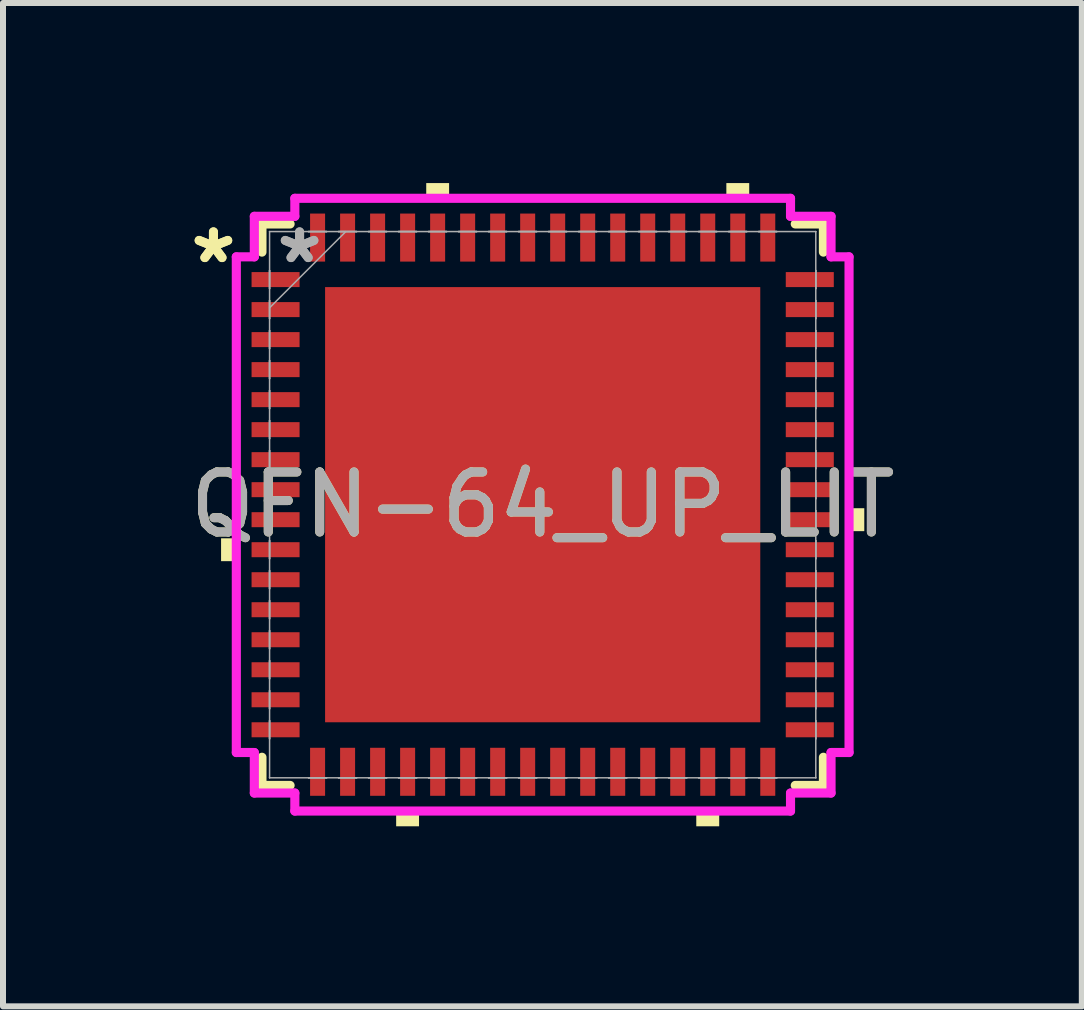
<source format=kicad_pcb>
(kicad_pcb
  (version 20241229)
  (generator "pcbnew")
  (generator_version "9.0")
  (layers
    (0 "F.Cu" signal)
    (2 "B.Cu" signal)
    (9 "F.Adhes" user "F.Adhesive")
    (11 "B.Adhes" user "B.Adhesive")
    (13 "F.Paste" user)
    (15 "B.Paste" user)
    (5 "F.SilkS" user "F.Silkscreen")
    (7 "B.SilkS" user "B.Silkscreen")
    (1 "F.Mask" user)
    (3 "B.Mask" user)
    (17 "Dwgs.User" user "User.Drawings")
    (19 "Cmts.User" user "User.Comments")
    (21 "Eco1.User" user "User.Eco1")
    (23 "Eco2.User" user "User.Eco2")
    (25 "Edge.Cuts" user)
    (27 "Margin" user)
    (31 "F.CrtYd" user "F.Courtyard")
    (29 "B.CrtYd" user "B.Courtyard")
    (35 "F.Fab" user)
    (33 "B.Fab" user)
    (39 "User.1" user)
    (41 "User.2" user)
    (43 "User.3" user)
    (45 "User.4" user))
  (footprint "QFN-64_UP_LIT"
    (layer "F.Cu")
    (at 5.991 5.358)
    (property "Reference" "QFN-64_UP_LIT" (at 0 0 0) (unlocked yes) (layer "F.SilkS") (effects (font (size 1 1) (thickness 0.15))))
    (attr smd)
    (fp_line (start -4.677 -4.677) (end -4.677 -4.208) (stroke (width 0.152) (type solid)) (layer "F.SilkS"))
    (fp_line (start -4.677 4.208) (end -4.677 4.677) (stroke (width 0.152) (type solid)) (layer "F.SilkS"))
    (fp_line (start -4.677 4.677) (end -4.208 4.677) (stroke (width 0.152) (type solid)) (layer "F.SilkS"))
    (fp_line (start -4.208 -4.677) (end -4.677 -4.677) (stroke (width 0.152) (type solid)) (layer "F.SilkS"))
    (fp_line (start 4.208 4.677) (end 4.677 4.677) (stroke (width 0.152) (type solid)) (layer "F.SilkS"))
    (fp_line (start 4.677 -4.677) (end 4.208 -4.677) (stroke (width 0.152) (type solid)) (layer "F.SilkS"))
    (fp_line (start 4.677 -4.208) (end 4.677 -4.677) (stroke (width 0.152) (type solid)) (layer "F.SilkS"))
    (fp_line (start 4.677 4.677) (end 4.677 4.208) (stroke (width 0.152) (type solid)) (layer "F.SilkS"))
    (fp_poly (pts (xy -5.358 0.56) (xy -5.358 0.941) (xy -5.104 0.941) (xy -5.104 0.56)) (stroke (width 0) (type solid)) (fill yes) (layer "F.SilkS"))
    (fp_poly (pts (xy -2.441 5.104) (xy -2.441 5.358) (xy -2.06 5.358) (xy -2.06 5.104)) (stroke (width 0) (type solid)) (fill yes) (layer "F.SilkS"))
    (fp_poly (pts (xy -1.94 -5.104) (xy -1.94 -5.358) (xy -1.559 -5.358) (xy -1.559 -5.104)) (stroke (width 0) (type solid)) (fill yes) (layer "F.SilkS"))
    (fp_poly (pts (xy 2.559 5.104) (xy 2.559 5.358) (xy 2.941 5.358) (xy 2.941 5.104)) (stroke (width 0) (type solid)) (fill yes) (layer "F.SilkS"))
    (fp_poly (pts (xy 3.06 -5.104) (xy 3.06 -5.358) (xy 3.441 -5.358) (xy 3.441 -5.104)) (stroke (width 0) (type solid)) (fill yes) (layer "F.SilkS"))
    (fp_poly (pts (xy 5.358 0.059) (xy 5.358 0.441) (xy 5.104 0.441) (xy 5.104 0.059)) (stroke (width 0) (type solid)) (fill yes) (layer "F.SilkS"))
    (fp_poly (pts (xy -3.525 -3.525) (xy -3.525 -2.275) (xy -2.275 -2.275) (xy -2.275 -3.525)) (stroke (width 0) (type solid)) (fill yes) (layer "F.Paste"))
    (fp_poly (pts (xy -3.525 -2.075) (xy -3.525 -0.825) (xy -2.275 -0.825) (xy -2.275 -2.075)) (stroke (width 0) (type solid)) (fill yes) (layer "F.Paste"))
    (fp_poly (pts (xy -3.525 -0.625) (xy -3.525 0.625) (xy -2.275 0.625) (xy -2.275 -0.625)) (stroke (width 0) (type solid)) (fill yes) (layer "F.Paste"))
    (fp_poly (pts (xy -3.525 0.825) (xy -3.525 2.075) (xy -2.275 2.075) (xy -2.275 0.825)) (stroke (width 0) (type solid)) (fill yes) (layer "F.Paste"))
    (fp_poly (pts (xy -3.525 2.275) (xy -3.525 3.525) (xy -2.275 3.525) (xy -2.275 2.275)) (stroke (width 0) (type solid)) (fill yes) (layer "F.Paste"))
    (fp_poly (pts (xy -2.075 -3.525) (xy -2.075 -2.275) (xy -0.825 -2.275) (xy -0.825 -3.525)) (stroke (width 0) (type solid)) (fill yes) (layer "F.Paste"))
    (fp_poly (pts (xy -2.075 -2.075) (xy -2.075 -0.825) (xy -0.825 -0.825) (xy -0.825 -2.075)) (stroke (width 0) (type solid)) (fill yes) (layer "F.Paste"))
    (fp_poly (pts (xy -2.075 -0.625) (xy -2.075 0.625) (xy -0.825 0.625) (xy -0.825 -0.625)) (stroke (width 0) (type solid)) (fill yes) (layer "F.Paste"))
    (fp_poly (pts (xy -2.075 0.825) (xy -2.075 2.075) (xy -0.825 2.075) (xy -0.825 0.825)) (stroke (width 0) (type solid)) (fill yes) (layer "F.Paste"))
    (fp_poly (pts (xy -2.075 2.275) (xy -2.075 3.525) (xy -0.825 3.525) (xy -0.825 2.275)) (stroke (width 0) (type solid)) (fill yes) (layer "F.Paste"))
    (fp_poly (pts (xy -0.625 -3.525) (xy -0.625 -2.275) (xy 0.625 -2.275) (xy 0.625 -3.525)) (stroke (width 0) (type solid)) (fill yes) (layer "F.Paste"))
    (fp_poly (pts (xy -0.625 -2.075) (xy -0.625 -0.825) (xy 0.625 -0.825) (xy 0.625 -2.075)) (stroke (width 0) (type solid)) (fill yes) (layer "F.Paste"))
    (fp_poly (pts (xy -0.625 -0.625) (xy -0.625 0.625) (xy 0.625 0.625) (xy 0.625 -0.625)) (stroke (width 0) (type solid)) (fill yes) (layer "F.Paste"))
    (fp_poly (pts (xy -0.625 0.825) (xy -0.625 2.075) (xy 0.625 2.075) (xy 0.625 0.825)) (stroke (width 0) (type solid)) (fill yes) (layer "F.Paste"))
    (fp_poly (pts (xy -0.625 2.275) (xy -0.625 3.525) (xy 0.625 3.525) (xy 0.625 2.275)) (stroke (width 0) (type solid)) (fill yes) (layer "F.Paste"))
    (fp_poly (pts (xy 0.825 -3.525) (xy 0.825 -2.275) (xy 2.075 -2.275) (xy 2.075 -3.525)) (stroke (width 0) (type solid)) (fill yes) (layer "F.Paste"))
    (fp_poly (pts (xy 0.825 -2.075) (xy 0.825 -0.825) (xy 2.075 -0.825) (xy 2.075 -2.075)) (stroke (width 0) (type solid)) (fill yes) (layer "F.Paste"))
    (fp_poly (pts (xy 0.825 -0.625) (xy 0.825 0.625) (xy 2.075 0.625) (xy 2.075 -0.625)) (stroke (width 0) (type solid)) (fill yes) (layer "F.Paste"))
    (fp_poly (pts (xy 0.825 0.825) (xy 0.825 2.075) (xy 2.075 2.075) (xy 2.075 0.825)) (stroke (width 0) (type solid)) (fill yes) (layer "F.Paste"))
    (fp_poly (pts (xy 0.825 2.275) (xy 0.825 3.525) (xy 2.075 3.525) (xy 2.075 2.275)) (stroke (width 0) (type solid)) (fill yes) (layer "F.Paste"))
    (fp_poly (pts (xy 2.275 -3.525) (xy 2.275 -2.275) (xy 3.525 -2.275) (xy 3.525 -3.525)) (stroke (width 0) (type solid)) (fill yes) (layer "F.Paste"))
    (fp_poly (pts (xy 2.275 -2.075) (xy 2.275 -0.825) (xy 3.525 -0.825) (xy 3.525 -2.075)) (stroke (width 0) (type solid)) (fill yes) (layer "F.Paste"))
    (fp_poly (pts (xy 2.275 -0.625) (xy 2.275 0.625) (xy 3.525 0.625) (xy 3.525 -0.625)) (stroke (width 0) (type solid)) (fill yes) (layer "F.Paste"))
    (fp_poly (pts (xy 2.275 0.825) (xy 2.275 2.075) (xy 3.525 2.075) (xy 3.525 0.825)) (stroke (width 0) (type solid)) (fill yes) (layer "F.Paste"))
    (fp_poly (pts (xy 2.275 2.275) (xy 2.275 3.525) (xy 3.525 3.525) (xy 3.525 2.275)) (stroke (width 0) (type solid)) (fill yes) (layer "F.Paste"))
    (fp_line (start -5.104 -4.129) (end -4.804 -4.129) (stroke (width 0.152) (type solid)) (layer "F.CrtYd"))
    (fp_line (start -5.104 4.129) (end -5.104 -4.129) (stroke (width 0.152) (type solid)) (layer "F.CrtYd"))
    (fp_line (start -4.804 -4.804) (end -4.129 -4.804) (stroke (width 0.152) (type solid)) (layer "F.CrtYd"))
    (fp_line (start -4.804 -4.129) (end -4.804 -4.804) (stroke (width 0.152) (type solid)) (layer "F.CrtYd"))
    (fp_line (start -4.804 4.129) (end -5.104 4.129) (stroke (width 0.152) (type solid)) (layer "F.CrtYd"))
    (fp_line (start -4.804 4.804) (end -4.804 4.129) (stroke (width 0.152) (type solid)) (layer "F.CrtYd"))
    (fp_line (start -4.129 -5.104) (end 4.129 -5.104) (stroke (width 0.152) (type solid)) (layer "F.CrtYd"))
    (fp_line (start -4.129 -4.804) (end -4.129 -5.104) (stroke (width 0.152) (type solid)) (layer "F.CrtYd"))
    (fp_line (start -4.129 4.804) (end -4.804 4.804) (stroke (width 0.152) (type solid)) (layer "F.CrtYd"))
    (fp_line (start -4.129 5.104) (end -4.129 4.804) (stroke (width 0.152) (type solid)) (layer "F.CrtYd"))
    (fp_line (start 4.129 -5.104) (end 4.129 -4.804) (stroke (width 0.152) (type solid)) (layer "F.CrtYd"))
    (fp_line (start 4.129 -4.804) (end 4.804 -4.804) (stroke (width 0.152) (type solid)) (layer "F.CrtYd"))
    (fp_line (start 4.129 4.804) (end 4.129 5.104) (stroke (width 0.152) (type solid)) (layer "F.CrtYd"))
    (fp_line (start 4.129 5.104) (end -4.129 5.104) (stroke (width 0.152) (type solid)) (layer "F.CrtYd"))
    (fp_line (start 4.804 -4.804) (end 4.804 -4.129) (stroke (width 0.152) (type solid)) (layer "F.CrtYd"))
    (fp_line (start 4.804 -4.129) (end 5.104 -4.129) (stroke (width 0.152) (type solid)) (layer "F.CrtYd"))
    (fp_line (start 4.804 4.129) (end 4.804 4.804) (stroke (width 0.152) (type solid)) (layer "F.CrtYd"))
    (fp_line (start 4.804 4.804) (end 4.129 4.804) (stroke (width 0.152) (type solid)) (layer "F.CrtYd"))
    (fp_line (start 5.104 -4.129) (end 5.104 4.129) (stroke (width 0.152) (type solid)) (layer "F.CrtYd"))
    (fp_line (start 5.104 4.129) (end 4.804 4.129) (stroke (width 0.152) (type solid)) (layer "F.CrtYd"))
    (fp_line (start -4.55 -4.55) (end -4.55 -4.55) (stroke (width 0.025) (type solid)) (layer "F.Fab"))
    (fp_line (start -4.55 -4.55) (end -4.55 4.55) (stroke (width 0.025) (type solid)) (layer "F.Fab"))
    (fp_line (start -4.55 -3.9) (end -4.55 -3.9) (stroke (width 0.025) (type solid)) (layer "F.Fab"))
    (fp_line (start -4.55 -3.9) (end -4.55 -3.6) (stroke (width 0.025) (type solid)) (layer "F.Fab"))
    (fp_line (start -4.55 -3.6) (end -4.55 -3.9) (stroke (width 0.025) (type solid)) (layer "F.Fab"))
    (fp_line (start -4.55 -3.6) (end -4.55 -3.6) (stroke (width 0.025) (type solid)) (layer "F.Fab"))
    (fp_line (start -4.55 -3.4) (end -4.55 -3.4) (stroke (width 0.025) (type solid)) (layer "F.Fab"))
    (fp_line (start -4.55 -3.4) (end -4.55 -3.1) (stroke (width 0.025) (type solid)) (layer "F.Fab"))
    (fp_line (start -4.55 -3.28) (end -3.28 -4.55) (stroke (width 0.025) (type solid)) (layer "F.Fab"))
    (fp_line (start -4.55 -3.1) (end -4.55 -3.4) (stroke (width 0.025) (type solid)) (layer "F.Fab"))
    (fp_line (start -4.55 -3.1) (end -4.55 -3.1) (stroke (width 0.025) (type solid)) (layer "F.Fab"))
    (fp_line (start -4.55 -2.9) (end -4.55 -2.9) (stroke (width 0.025) (type solid)) (layer "F.Fab"))
    (fp_line (start -4.55 -2.9) (end -4.55 -2.6) (stroke (width 0.025) (type solid)) (layer "F.Fab"))
    (fp_line (start -4.55 -2.6) (end -4.55 -2.9) (stroke (width 0.025) (type solid)) (layer "F.Fab"))
    (fp_line (start -4.55 -2.6) (end -4.55 -2.6) (stroke (width 0.025) (type solid)) (layer "F.Fab"))
    (fp_line (start -4.55 -2.4) (end -4.55 -2.4) (stroke (width 0.025) (type solid)) (layer "F.Fab"))
    (fp_line (start -4.55 -2.4) (end -4.55 -2.1) (stroke (width 0.025) (type solid)) (layer "F.Fab"))
    (fp_line (start -4.55 -2.1) (end -4.55 -2.4) (stroke (width 0.025) (type solid)) (layer "F.Fab"))
    (fp_line (start -4.55 -2.1) (end -4.55 -2.1) (stroke (width 0.025) (type solid)) (layer "F.Fab"))
    (fp_line (start -4.55 -1.9) (end -4.55 -1.9) (stroke (width 0.025) (type solid)) (layer "F.Fab"))
    (fp_line (start -4.55 -1.9) (end -4.55 -1.6) (stroke (width 0.025) (type solid)) (layer "F.Fab"))
    (fp_line (start -4.55 -1.6) (end -4.55 -1.9) (stroke (width 0.025) (type solid)) (layer "F.Fab"))
    (fp_line (start -4.55 -1.6) (end -4.55 -1.6) (stroke (width 0.025) (type solid)) (layer "F.Fab"))
    (fp_line (start -4.55 -1.4) (end -4.55 -1.4) (stroke (width 0.025) (type solid)) (layer "F.Fab"))
    (fp_line (start -4.55 -1.4) (end -4.55 -1.1) (stroke (width 0.025) (type solid)) (layer "F.Fab"))
    (fp_line (start -4.55 -1.1) (end -4.55 -1.4) (stroke (width 0.025) (type solid)) (layer "F.Fab"))
    (fp_line (start -4.55 -1.1) (end -4.55 -1.1) (stroke (width 0.025) (type solid)) (layer "F.Fab"))
    (fp_line (start -4.55 -0.9) (end -4.55 -0.9) (stroke (width 0.025) (type solid)) (layer "F.Fab"))
    (fp_line (start -4.55 -0.9) (end -4.55 -0.6) (stroke (width 0.025) (type solid)) (layer "F.Fab"))
    (fp_line (start -4.55 -0.6) (end -4.55 -0.9) (stroke (width 0.025) (type solid)) (layer "F.Fab"))
    (fp_line (start -4.55 -0.6) (end -4.55 -0.6) (stroke (width 0.025) (type solid)) (layer "F.Fab"))
    (fp_line (start -4.55 -0.4) (end -4.55 -0.4) (stroke (width 0.025) (type solid)) (layer "F.Fab"))
    (fp_line (start -4.55 -0.4) (end -4.55 -0.1) (stroke (width 0.025) (type solid)) (layer "F.Fab"))
    (fp_line (start -4.55 -0.1) (end -4.55 -0.4) (stroke (width 0.025) (type solid)) (layer "F.Fab"))
    (fp_line (start -4.55 -0.1) (end -4.55 -0.1) (stroke (width 0.025) (type solid)) (layer "F.Fab"))
    (fp_line (start -4.55 0.1) (end -4.55 0.1) (stroke (width 0.025) (type solid)) (layer "F.Fab"))
    (fp_line (start -4.55 0.1) (end -4.55 0.4) (stroke (width 0.025) (type solid)) (layer "F.Fab"))
    (fp_line (start -4.55 0.4) (end -4.55 0.1) (stroke (width 0.025) (type solid)) (layer "F.Fab"))
    (fp_line (start -4.55 0.4) (end -4.55 0.4) (stroke (width 0.025) (type solid)) (layer "F.Fab"))
    (fp_line (start -4.55 0.6) (end -4.55 0.6) (stroke (width 0.025) (type solid)) (layer "F.Fab"))
    (fp_line (start -4.55 0.6) (end -4.55 0.9) (stroke (width 0.025) (type solid)) (layer "F.Fab"))
    (fp_line (start -4.55 0.9) (end -4.55 0.6) (stroke (width 0.025) (type solid)) (layer "F.Fab"))
    (fp_line (start -4.55 0.9) (end -4.55 0.9) (stroke (width 0.025) (type solid)) (layer "F.Fab"))
    (fp_line (start -4.55 1.1) (end -4.55 1.1) (stroke (width 0.025) (type solid)) (layer "F.Fab"))
    (fp_line (start -4.55 1.1) (end -4.55 1.4) (stroke (width 0.025) (type solid)) (layer "F.Fab"))
    (fp_line (start -4.55 1.4) (end -4.55 1.1) (stroke (width 0.025) (type solid)) (layer "F.Fab"))
    (fp_line (start -4.55 1.4) (end -4.55 1.4) (stroke (width 0.025) (type solid)) (layer "F.Fab"))
    (fp_line (start -4.55 1.6) (end -4.55 1.6) (stroke (width 0.025) (type solid)) (layer "F.Fab"))
    (fp_line (start -4.55 1.6) (end -4.55 1.9) (stroke (width 0.025) (type solid)) (layer "F.Fab"))
    (fp_line (start -4.55 1.9) (end -4.55 1.6) (stroke (width 0.025) (type solid)) (layer "F.Fab"))
    (fp_line (start -4.55 1.9) (end -4.55 1.9) (stroke (width 0.025) (type solid)) (layer "F.Fab"))
    (fp_line (start -4.55 2.1) (end -4.55 2.1) (stroke (width 0.025) (type solid)) (layer "F.Fab"))
    (fp_line (start -4.55 2.1) (end -4.55 2.4) (stroke (width 0.025) (type solid)) (layer "F.Fab"))
    (fp_line (start -4.55 2.4) (end -4.55 2.1) (stroke (width 0.025) (type solid)) (layer "F.Fab"))
    (fp_line (start -4.55 2.4) (end -4.55 2.4) (stroke (width 0.025) (type solid)) (layer "F.Fab"))
    (fp_line (start -4.55 2.6) (end -4.55 2.6) (stroke (width 0.025) (type solid)) (layer "F.Fab"))
    (fp_line (start -4.55 2.6) (end -4.55 2.9) (stroke (width 0.025) (type solid)) (layer "F.Fab"))
    (fp_line (start -4.55 2.9) (end -4.55 2.6) (stroke (width 0.025) (type solid)) (layer "F.Fab"))
    (fp_line (start -4.55 2.9) (end -4.55 2.9) (stroke (width 0.025) (type solid)) (layer "F.Fab"))
    (fp_line (start -4.55 3.1) (end -4.55 3.1) (stroke (width 0.025) (type solid)) (layer "F.Fab"))
    (fp_line (start -4.55 3.1) (end -4.55 3.4) (stroke (width 0.025) (type solid)) (layer "F.Fab"))
    (fp_line (start -4.55 3.4) (end -4.55 3.1) (stroke (width 0.025) (type solid)) (layer "F.Fab"))
    (fp_line (start -4.55 3.4) (end -4.55 3.4) (stroke (width 0.025) (type solid)) (layer "F.Fab"))
    (fp_line (start -4.55 3.6) (end -4.55 3.6) (stroke (width 0.025) (type solid)) (layer "F.Fab"))
    (fp_line (start -4.55 3.6) (end -4.55 3.9) (stroke (width 0.025) (type solid)) (layer "F.Fab"))
    (fp_line (start -4.55 3.9) (end -4.55 3.6) (stroke (width 0.025) (type solid)) (layer "F.Fab"))
    (fp_line (start -4.55 3.9) (end -4.55 3.9) (stroke (width 0.025) (type solid)) (layer "F.Fab"))
    (fp_line (start -4.55 4.55) (end -4.55 4.55) (stroke (width 0.025) (type solid)) (layer "F.Fab"))
    (fp_line (start -4.55 4.55) (end 4.55 4.55) (stroke (width 0.025) (type solid)) (layer "F.Fab"))
    (fp_line (start -3.9 -4.55) (end -3.9 -4.55) (stroke (width 0.025) (type solid)) (layer "F.Fab"))
    (fp_line (start -3.9 -4.55) (end -3.6 -4.55) (stroke (width 0.025) (type solid)) (layer "F.Fab"))
    (fp_line (start -3.9 4.55) (end -3.9 4.55) (stroke (width 0.025) (type solid)) (layer "F.Fab"))
    (fp_line (start -3.9 4.55) (end -3.6 4.55) (stroke (width 0.025) (type solid)) (layer "F.Fab"))
    (fp_line (start -3.6 -4.55) (end -3.9 -4.55) (stroke (width 0.025) (type solid)) (layer "F.Fab"))
    (fp_line (start -3.6 -4.55) (end -3.6 -4.55) (stroke (width 0.025) (type solid)) (layer "F.Fab"))
    (fp_line (start -3.6 4.55) (end -3.9 4.55) (stroke (width 0.025) (type solid)) (layer "F.Fab"))
    (fp_line (start -3.6 4.55) (end -3.6 4.55) (stroke (width 0.025) (type solid)) (layer "F.Fab"))
    (fp_line (start -3.4 -4.55) (end -3.4 -4.55) (stroke (width 0.025) (type solid)) (layer "F.Fab"))
    (fp_line (start -3.4 -4.55) (end -3.1 -4.55) (stroke (width 0.025) (type solid)) (layer "F.Fab"))
    (fp_line (start -3.4 4.55) (end -3.4 4.55) (stroke (width 0.025) (type solid)) (layer "F.Fab"))
    (fp_line (start -3.4 4.55) (end -3.1 4.55) (stroke (width 0.025) (type solid)) (layer "F.Fab"))
    (fp_line (start -3.1 -4.55) (end -3.4 -4.55) (stroke (width 0.025) (type solid)) (layer "F.Fab"))
    (fp_line (start -3.1 -4.55) (end -3.1 -4.55) (stroke (width 0.025) (type solid)) (layer "F.Fab"))
    (fp_line (start -3.1 4.55) (end -3.4 4.55) (stroke (width 0.025) (type solid)) (layer "F.Fab"))
    (fp_line (start -3.1 4.55) (end -3.1 4.55) (stroke (width 0.025) (type solid)) (layer "F.Fab"))
    (fp_line (start -2.9 -4.55) (end -2.9 -4.55) (stroke (width 0.025) (type solid)) (layer "F.Fab"))
    (fp_line (start -2.9 -4.55) (end -2.6 -4.55) (stroke (width 0.025) (type solid)) (layer "F.Fab"))
    (fp_line (start -2.9 4.55) (end -2.9 4.55) (stroke (width 0.025) (type solid)) (layer "F.Fab"))
    (fp_line (start -2.9 4.55) (end -2.6 4.55) (stroke (width 0.025) (type solid)) (layer "F.Fab"))
    (fp_line (start -2.6 -4.55) (end -2.9 -4.55) (stroke (width 0.025) (type solid)) (layer "F.Fab"))
    (fp_line (start -2.6 -4.55) (end -2.6 -4.55) (stroke (width 0.025) (type solid)) (layer "F.Fab"))
    (fp_line (start -2.6 4.55) (end -2.9 4.55) (stroke (width 0.025) (type solid)) (layer "F.Fab"))
    (fp_line (start -2.6 4.55) (end -2.6 4.55) (stroke (width 0.025) (type solid)) (layer "F.Fab"))
    (fp_line (start -2.4 -4.55) (end -2.4 -4.55) (stroke (width 0.025) (type solid)) (layer "F.Fab"))
    (fp_line (start -2.4 -4.55) (end -2.1 -4.55) (stroke (width 0.025) (type solid)) (layer "F.Fab"))
    (fp_line (start -2.4 4.55) (end -2.4 4.55) (stroke (width 0.025) (type solid)) (layer "F.Fab"))
    (fp_line (start -2.4 4.55) (end -2.1 4.55) (stroke (width 0.025) (type solid)) (layer "F.Fab"))
    (fp_line (start -2.1 -4.55) (end -2.4 -4.55) (stroke (width 0.025) (type solid)) (layer "F.Fab"))
    (fp_line (start -2.1 -4.55) (end -2.1 -4.55) (stroke (width 0.025) (type solid)) (layer "F.Fab"))
    (fp_line (start -2.1 4.55) (end -2.4 4.55) (stroke (width 0.025) (type solid)) (layer "F.Fab"))
    (fp_line (start -2.1 4.55) (end -2.1 4.55) (stroke (width 0.025) (type solid)) (layer "F.Fab"))
    (fp_line (start -1.9 -4.55) (end -1.9 -4.55) (stroke (width 0.025) (type solid)) (layer "F.Fab"))
    (fp_line (start -1.9 -4.55) (end -1.6 -4.55) (stroke (width 0.025) (type solid)) (layer "F.Fab"))
    (fp_line (start -1.9 4.55) (end -1.9 4.55) (stroke (width 0.025) (type solid)) (layer "F.Fab"))
    (fp_line (start -1.9 4.55) (end -1.6 4.55) (stroke (width 0.025) (type solid)) (layer "F.Fab"))
    (fp_line (start -1.6 -4.55) (end -1.9 -4.55) (stroke (width 0.025) (type solid)) (layer "F.Fab"))
    (fp_line (start -1.6 -4.55) (end -1.6 -4.55) (stroke (width 0.025) (type solid)) (layer "F.Fab"))
    (fp_line (start -1.6 4.55) (end -1.9 4.55) (stroke (width 0.025) (type solid)) (layer "F.Fab"))
    (fp_line (start -1.6 4.55) (end -1.6 4.55) (stroke (width 0.025) (type solid)) (layer "F.Fab"))
    (fp_line (start -1.4 -4.55) (end -1.4 -4.55) (stroke (width 0.025) (type solid)) (layer "F.Fab"))
    (fp_line (start -1.4 -4.55) (end -1.1 -4.55) (stroke (width 0.025) (type solid)) (layer "F.Fab"))
    (fp_line (start -1.4 4.55) (end -1.4 4.55) (stroke (width 0.025) (type solid)) (layer "F.Fab"))
    (fp_line (start -1.4 4.55) (end -1.1 4.55) (stroke (width 0.025) (type solid)) (layer "F.Fab"))
    (fp_line (start -1.1 -4.55) (end -1.4 -4.55) (stroke (width 0.025) (type solid)) (layer "F.Fab"))
    (fp_line (start -1.1 -4.55) (end -1.1 -4.55) (stroke (width 0.025) (type solid)) (layer "F.Fab"))
    (fp_line (start -1.1 4.55) (end -1.4 4.55) (stroke (width 0.025) (type solid)) (layer "F.Fab"))
    (fp_line (start -1.1 4.55) (end -1.1 4.55) (stroke (width 0.025) (type solid)) (layer "F.Fab"))
    (fp_line (start -0.9 -4.55) (end -0.9 -4.55) (stroke (width 0.025) (type solid)) (layer "F.Fab"))
    (fp_line (start -0.9 -4.55) (end -0.6 -4.55) (stroke (width 0.025) (type solid)) (layer "F.Fab"))
    (fp_line (start -0.9 4.55) (end -0.9 4.55) (stroke (width 0.025) (type solid)) (layer "F.Fab"))
    (fp_line (start -0.9 4.55) (end -0.6 4.55) (stroke (width 0.025) (type solid)) (layer "F.Fab"))
    (fp_line (start -0.6 -4.55) (end -0.9 -4.55) (stroke (width 0.025) (type solid)) (layer "F.Fab"))
    (fp_line (start -0.6 -4.55) (end -0.6 -4.55) (stroke (width 0.025) (type solid)) (layer "F.Fab"))
    (fp_line (start -0.6 4.55) (end -0.9 4.55) (stroke (width 0.025) (type solid)) (layer "F.Fab"))
    (fp_line (start -0.6 4.55) (end -0.6 4.55) (stroke (width 0.025) (type solid)) (layer "F.Fab"))
    (fp_line (start -0.4 -4.55) (end -0.4 -4.55) (stroke (width 0.025) (type solid)) (layer "F.Fab"))
    (fp_line (start -0.4 -4.55) (end -0.1 -4.55) (stroke (width 0.025) (type solid)) (layer "F.Fab"))
    (fp_line (start -0.4 4.55) (end -0.4 4.55) (stroke (width 0.025) (type solid)) (layer "F.Fab"))
    (fp_line (start -0.4 4.55) (end -0.1 4.55) (stroke (width 0.025) (type solid)) (layer "F.Fab"))
    (fp_line (start -0.1 -4.55) (end -0.4 -4.55) (stroke (width 0.025) (type solid)) (layer "F.Fab"))
    (fp_line (start -0.1 -4.55) (end -0.1 -4.55) (stroke (width 0.025) (type solid)) (layer "F.Fab"))
    (fp_line (start -0.1 4.55) (end -0.4 4.55) (stroke (width 0.025) (type solid)) (layer "F.Fab"))
    (fp_line (start -0.1 4.55) (end -0.1 4.55) (stroke (width 0.025) (type solid)) (layer "F.Fab"))
    (fp_line (start 0.1 -4.55) (end 0.1 -4.55) (stroke (width 0.025) (type solid)) (layer "F.Fab"))
    (fp_line (start 0.1 -4.55) (end 0.4 -4.55) (stroke (width 0.025) (type solid)) (layer "F.Fab"))
    (fp_line (start 0.1 4.55) (end 0.1 4.55) (stroke (width 0.025) (type solid)) (layer "F.Fab"))
    (fp_line (start 0.1 4.55) (end 0.4 4.55) (stroke (width 0.025) (type solid)) (layer "F.Fab"))
    (fp_line (start 0.4 -4.55) (end 0.1 -4.55) (stroke (width 0.025) (type solid)) (layer "F.Fab"))
    (fp_line (start 0.4 -4.55) (end 0.4 -4.55) (stroke (width 0.025) (type solid)) (layer "F.Fab"))
    (fp_line (start 0.4 4.55) (end 0.1 4.55) (stroke (width 0.025) (type solid)) (layer "F.Fab"))
    (fp_line (start 0.4 4.55) (end 0.4 4.55) (stroke (width 0.025) (type solid)) (layer "F.Fab"))
    (fp_line (start 0.6 -4.55) (end 0.6 -4.55) (stroke (width 0.025) (type solid)) (layer "F.Fab"))
    (fp_line (start 0.6 -4.55) (end 0.9 -4.55) (stroke (width 0.025) (type solid)) (layer "F.Fab"))
    (fp_line (start 0.6 4.55) (end 0.6 4.55) (stroke (width 0.025) (type solid)) (layer "F.Fab"))
    (fp_line (start 0.6 4.55) (end 0.9 4.55) (stroke (width 0.025) (type solid)) (layer "F.Fab"))
    (fp_line (start 0.9 -4.55) (end 0.6 -4.55) (stroke (width 0.025) (type solid)) (layer "F.Fab"))
    (fp_line (start 0.9 -4.55) (end 0.9 -4.55) (stroke (width 0.025) (type solid)) (layer "F.Fab"))
    (fp_line (start 0.9 4.55) (end 0.6 4.55) (stroke (width 0.025) (type solid)) (layer "F.Fab"))
    (fp_line (start 0.9 4.55) (end 0.9 4.55) (stroke (width 0.025) (type solid)) (layer "F.Fab"))
    (fp_line (start 1.1 -4.55) (end 1.1 -4.55) (stroke (width 0.025) (type solid)) (layer "F.Fab"))
    (fp_line (start 1.1 -4.55) (end 1.4 -4.55) (stroke (width 0.025) (type solid)) (layer "F.Fab"))
    (fp_line (start 1.1 4.55) (end 1.1 4.55) (stroke (width 0.025) (type solid)) (layer "F.Fab"))
    (fp_line (start 1.1 4.55) (end 1.4 4.55) (stroke (width 0.025) (type solid)) (layer "F.Fab"))
    (fp_line (start 1.4 -4.55) (end 1.1 -4.55) (stroke (width 0.025) (type solid)) (layer "F.Fab"))
    (fp_line (start 1.4 -4.55) (end 1.4 -4.55) (stroke (width 0.025) (type solid)) (layer "F.Fab"))
    (fp_line (start 1.4 4.55) (end 1.1 4.55) (stroke (width 0.025) (type solid)) (layer "F.Fab"))
    (fp_line (start 1.4 4.55) (end 1.4 4.55) (stroke (width 0.025) (type solid)) (layer "F.Fab"))
    (fp_line (start 1.6 -4.55) (end 1.6 -4.55) (stroke (width 0.025) (type solid)) (layer "F.Fab"))
    (fp_line (start 1.6 -4.55) (end 1.9 -4.55) (stroke (width 0.025) (type solid)) (layer "F.Fab"))
    (fp_line (start 1.6 4.55) (end 1.6 4.55) (stroke (width 0.025) (type solid)) (layer "F.Fab"))
    (fp_line (start 1.6 4.55) (end 1.9 4.55) (stroke (width 0.025) (type solid)) (layer "F.Fab"))
    (fp_line (start 1.9 -4.55) (end 1.6 -4.55) (stroke (width 0.025) (type solid)) (layer "F.Fab"))
    (fp_line (start 1.9 -4.55) (end 1.9 -4.55) (stroke (width 0.025) (type solid)) (layer "F.Fab"))
    (fp_line (start 1.9 4.55) (end 1.6 4.55) (stroke (width 0.025) (type solid)) (layer "F.Fab"))
    (fp_line (start 1.9 4.55) (end 1.9 4.55) (stroke (width 0.025) (type solid)) (layer "F.Fab"))
    (fp_line (start 2.1 -4.55) (end 2.1 -4.55) (stroke (width 0.025) (type solid)) (layer "F.Fab"))
    (fp_line (start 2.1 -4.55) (end 2.4 -4.55) (stroke (width 0.025) (type solid)) (layer "F.Fab"))
    (fp_line (start 2.1 4.55) (end 2.1 4.55) (stroke (width 0.025) (type solid)) (layer "F.Fab"))
    (fp_line (start 2.1 4.55) (end 2.4 4.55) (stroke (width 0.025) (type solid)) (layer "F.Fab"))
    (fp_line (start 2.4 -4.55) (end 2.1 -4.55) (stroke (width 0.025) (type solid)) (layer "F.Fab"))
    (fp_line (start 2.4 -4.55) (end 2.4 -4.55) (stroke (width 0.025) (type solid)) (layer "F.Fab"))
    (fp_line (start 2.4 4.55) (end 2.1 4.55) (stroke (width 0.025) (type solid)) (layer "F.Fab"))
    (fp_line (start 2.4 4.55) (end 2.4 4.55) (stroke (width 0.025) (type solid)) (layer "F.Fab"))
    (fp_line (start 2.6 -4.55) (end 2.6 -4.55) (stroke (width 0.025) (type solid)) (layer "F.Fab"))
    (fp_line (start 2.6 -4.55) (end 2.9 -4.55) (stroke (width 0.025) (type solid)) (layer "F.Fab"))
    (fp_line (start 2.6 4.55) (end 2.6 4.55) (stroke (width 0.025) (type solid)) (layer "F.Fab"))
    (fp_line (start 2.6 4.55) (end 2.9 4.55) (stroke (width 0.025) (type solid)) (layer "F.Fab"))
    (fp_line (start 2.9 -4.55) (end 2.6 -4.55) (stroke (width 0.025) (type solid)) (layer "F.Fab"))
    (fp_line (start 2.9 -4.55) (end 2.9 -4.55) (stroke (width 0.025) (type solid)) (layer "F.Fab"))
    (fp_line (start 2.9 4.55) (end 2.6 4.55) (stroke (width 0.025) (type solid)) (layer "F.Fab"))
    (fp_line (start 2.9 4.55) (end 2.9 4.55) (stroke (width 0.025) (type solid)) (layer "F.Fab"))
    (fp_line (start 3.1 -4.55) (end 3.1 -4.55) (stroke (width 0.025) (type solid)) (layer "F.Fab"))
    (fp_line (start 3.1 -4.55) (end 3.4 -4.55) (stroke (width 0.025) (type solid)) (layer "F.Fab"))
    (fp_line (start 3.1 4.55) (end 3.1 4.55) (stroke (width 0.025) (type solid)) (layer "F.Fab"))
    (fp_line (start 3.1 4.55) (end 3.4 4.55) (stroke (width 0.025) (type solid)) (layer "F.Fab"))
    (fp_line (start 3.4 -4.55) (end 3.1 -4.55) (stroke (width 0.025) (type solid)) (layer "F.Fab"))
    (fp_line (start 3.4 -4.55) (end 3.4 -4.55) (stroke (width 0.025) (type solid)) (layer "F.Fab"))
    (fp_line (start 3.4 4.55) (end 3.1 4.55) (stroke (width 0.025) (type solid)) (layer "F.Fab"))
    (fp_line (start 3.4 4.55) (end 3.4 4.55) (stroke (width 0.025) (type solid)) (layer "F.Fab"))
    (fp_line (start 3.6 -4.55) (end 3.6 -4.55) (stroke (width 0.025) (type solid)) (layer "F.Fab"))
    (fp_line (start 3.6 -4.55) (end 3.9 -4.55) (stroke (width 0.025) (type solid)) (layer "F.Fab"))
    (fp_line (start 3.6 4.55) (end 3.6 4.55) (stroke (width 0.025) (type solid)) (layer "F.Fab"))
    (fp_line (start 3.6 4.55) (end 3.9 4.55) (stroke (width 0.025) (type solid)) (layer "F.Fab"))
    (fp_line (start 3.9 -4.55) (end 3.6 -4.55) (stroke (width 0.025) (type solid)) (layer "F.Fab"))
    (fp_line (start 3.9 -4.55) (end 3.9 -4.55) (stroke (width 0.025) (type solid)) (layer "F.Fab"))
    (fp_line (start 3.9 4.55) (end 3.6 4.55) (stroke (width 0.025) (type solid)) (layer "F.Fab"))
    (fp_line (start 3.9 4.55) (end 3.9 4.55) (stroke (width 0.025) (type solid)) (layer "F.Fab"))
    (fp_line (start 4.55 -4.55) (end -4.55 -4.55) (stroke (width 0.025) (type solid)) (layer "F.Fab"))
    (fp_line (start 4.55 -4.55) (end 4.55 -4.55) (stroke (width 0.025) (type solid)) (layer "F.Fab"))
    (fp_line (start 4.55 -3.9) (end 4.55 -3.9) (stroke (width 0.025) (type solid)) (layer "F.Fab"))
    (fp_line (start 4.55 -3.9) (end 4.55 -3.6) (stroke (width 0.025) (type solid)) (layer "F.Fab"))
    (fp_line (start 4.55 -3.6) (end 4.55 -3.9) (stroke (width 0.025) (type solid)) (layer "F.Fab"))
    (fp_line (start 4.55 -3.6) (end 4.55 -3.6) (stroke (width 0.025) (type solid)) (layer "F.Fab"))
    (fp_line (start 4.55 -3.4) (end 4.55 -3.4) (stroke (width 0.025) (type solid)) (layer "F.Fab"))
    (fp_line (start 4.55 -3.4) (end 4.55 -3.1) (stroke (width 0.025) (type solid)) (layer "F.Fab"))
    (fp_line (start 4.55 -3.1) (end 4.55 -3.4) (stroke (width 0.025) (type solid)) (layer "F.Fab"))
    (fp_line (start 4.55 -3.1) (end 4.55 -3.1) (stroke (width 0.025) (type solid)) (layer "F.Fab"))
    (fp_line (start 4.55 -2.9) (end 4.55 -2.9) (stroke (width 0.025) (type solid)) (layer "F.Fab"))
    (fp_line (start 4.55 -2.9) (end 4.55 -2.6) (stroke (width 0.025) (type solid)) (layer "F.Fab"))
    (fp_line (start 4.55 -2.6) (end 4.55 -2.9) (stroke (width 0.025) (type solid)) (layer "F.Fab"))
    (fp_line (start 4.55 -2.6) (end 4.55 -2.6) (stroke (width 0.025) (type solid)) (layer "F.Fab"))
    (fp_line (start 4.55 -2.4) (end 4.55 -2.4) (stroke (width 0.025) (type solid)) (layer "F.Fab"))
    (fp_line (start 4.55 -2.4) (end 4.55 -2.1) (stroke (width 0.025) (type solid)) (layer "F.Fab"))
    (fp_line (start 4.55 -2.1) (end 4.55 -2.4) (stroke (width 0.025) (type solid)) (layer "F.Fab"))
    (fp_line (start 4.55 -2.1) (end 4.55 -2.1) (stroke (width 0.025) (type solid)) (layer "F.Fab"))
    (fp_line (start 4.55 -1.9) (end 4.55 -1.9) (stroke (width 0.025) (type solid)) (layer "F.Fab"))
    (fp_line (start 4.55 -1.9) (end 4.55 -1.6) (stroke (width 0.025) (type solid)) (layer "F.Fab"))
    (fp_line (start 4.55 -1.6) (end 4.55 -1.9) (stroke (width 0.025) (type solid)) (layer "F.Fab"))
    (fp_line (start 4.55 -1.6) (end 4.55 -1.6) (stroke (width 0.025) (type solid)) (layer "F.Fab"))
    (fp_line (start 4.55 -1.4) (end 4.55 -1.4) (stroke (width 0.025) (type solid)) (layer "F.Fab"))
    (fp_line (start 4.55 -1.4) (end 4.55 -1.1) (stroke (width 0.025) (type solid)) (layer "F.Fab"))
    (fp_line (start 4.55 -1.1) (end 4.55 -1.4) (stroke (width 0.025) (type solid)) (layer "F.Fab"))
    (fp_line (start 4.55 -1.1) (end 4.55 -1.1) (stroke (width 0.025) (type solid)) (layer "F.Fab"))
    (fp_line (start 4.55 -0.9) (end 4.55 -0.9) (stroke (width 0.025) (type solid)) (layer "F.Fab"))
    (fp_line (start 4.55 -0.9) (end 4.55 -0.6) (stroke (width 0.025) (type solid)) (layer "F.Fab"))
    (fp_line (start 4.55 -0.6) (end 4.55 -0.9) (stroke (width 0.025) (type solid)) (layer "F.Fab"))
    (fp_line (start 4.55 -0.6) (end 4.55 -0.6) (stroke (width 0.025) (type solid)) (layer "F.Fab"))
    (fp_line (start 4.55 -0.4) (end 4.55 -0.4) (stroke (width 0.025) (type solid)) (layer "F.Fab"))
    (fp_line (start 4.55 -0.4) (end 4.55 -0.1) (stroke (width 0.025) (type solid)) (layer "F.Fab"))
    (fp_line (start 4.55 -0.1) (end 4.55 -0.4) (stroke (width 0.025) (type solid)) (layer "F.Fab"))
    (fp_line (start 4.55 -0.1) (end 4.55 -0.1) (stroke (width 0.025) (type solid)) (layer "F.Fab"))
    (fp_line (start 4.55 0.1) (end 4.55 0.1) (stroke (width 0.025) (type solid)) (layer "F.Fab"))
    (fp_line (start 4.55 0.1) (end 4.55 0.4) (stroke (width 0.025) (type solid)) (layer "F.Fab"))
    (fp_line (start 4.55 0.4) (end 4.55 0.1) (stroke (width 0.025) (type solid)) (layer "F.Fab"))
    (fp_line (start 4.55 0.4) (end 4.55 0.4) (stroke (width 0.025) (type solid)) (layer "F.Fab"))
    (fp_line (start 4.55 0.6) (end 4.55 0.6) (stroke (width 0.025) (type solid)) (layer "F.Fab"))
    (fp_line (start 4.55 0.6) (end 4.55 0.9) (stroke (width 0.025) (type solid)) (layer "F.Fab"))
    (fp_line (start 4.55 0.9) (end 4.55 0.6) (stroke (width 0.025) (type solid)) (layer "F.Fab"))
    (fp_line (start 4.55 0.9) (end 4.55 0.9) (stroke (width 0.025) (type solid)) (layer "F.Fab"))
    (fp_line (start 4.55 1.1) (end 4.55 1.1) (stroke (width 0.025) (type solid)) (layer "F.Fab"))
    (fp_line (start 4.55 1.1) (end 4.55 1.4) (stroke (width 0.025) (type solid)) (layer "F.Fab"))
    (fp_line (start 4.55 1.4) (end 4.55 1.1) (stroke (width 0.025) (type solid)) (layer "F.Fab"))
    (fp_line (start 4.55 1.4) (end 4.55 1.4) (stroke (width 0.025) (type solid)) (layer "F.Fab"))
    (fp_line (start 4.55 1.6) (end 4.55 1.6) (stroke (width 0.025) (type solid)) (layer "F.Fab"))
    (fp_line (start 4.55 1.6) (end 4.55 1.9) (stroke (width 0.025) (type solid)) (layer "F.Fab"))
    (fp_line (start 4.55 1.9) (end 4.55 1.6) (stroke (width 0.025) (type solid)) (layer "F.Fab"))
    (fp_line (start 4.55 1.9) (end 4.55 1.9) (stroke (width 0.025) (type solid)) (layer "F.Fab"))
    (fp_line (start 4.55 2.1) (end 4.55 2.1) (stroke (width 0.025) (type solid)) (layer "F.Fab"))
    (fp_line (start 4.55 2.1) (end 4.55 2.4) (stroke (width 0.025) (type solid)) (layer "F.Fab"))
    (fp_line (start 4.55 2.4) (end 4.55 2.1) (stroke (width 0.025) (type solid)) (layer "F.Fab"))
    (fp_line (start 4.55 2.4) (end 4.55 2.4) (stroke (width 0.025) (type solid)) (layer "F.Fab"))
    (fp_line (start 4.55 2.6) (end 4.55 2.6) (stroke (width 0.025) (type solid)) (layer "F.Fab"))
    (fp_line (start 4.55 2.6) (end 4.55 2.9) (stroke (width 0.025) (type solid)) (layer "F.Fab"))
    (fp_line (start 4.55 2.9) (end 4.55 2.6) (stroke (width 0.025) (type solid)) (layer "F.Fab"))
    (fp_line (start 4.55 2.9) (end 4.55 2.9) (stroke (width 0.025) (type solid)) (layer "F.Fab"))
    (fp_line (start 4.55 3.1) (end 4.55 3.1) (stroke (width 0.025) (type solid)) (layer "F.Fab"))
    (fp_line (start 4.55 3.1) (end 4.55 3.4) (stroke (width 0.025) (type solid)) (layer "F.Fab"))
    (fp_line (start 4.55 3.4) (end 4.55 3.1) (stroke (width 0.025) (type solid)) (layer "F.Fab"))
    (fp_line (start 4.55 3.4) (end 4.55 3.4) (stroke (width 0.025) (type solid)) (layer "F.Fab"))
    (fp_line (start 4.55 3.6) (end 4.55 3.6) (stroke (width 0.025) (type solid)) (layer "F.Fab"))
    (fp_line (start 4.55 3.6) (end 4.55 3.9) (stroke (width 0.025) (type solid)) (layer "F.Fab"))
    (fp_line (start 4.55 3.9) (end 4.55 3.6) (stroke (width 0.025) (type solid)) (layer "F.Fab"))
    (fp_line (start 4.55 3.9) (end 4.55 3.9) (stroke (width 0.025) (type solid)) (layer "F.Fab"))
    (fp_line (start 4.55 4.55) (end 4.55 -4.55) (stroke (width 0.025) (type solid)) (layer "F.Fab"))
    (fp_line (start 4.55 4.55) (end 4.55 4.55) (stroke (width 0.025) (type solid)) (layer "F.Fab"))
    (fp_text user "*" (at -5.485 -4 0) (layer "F.SilkS") (effects (font (size 1 1) (thickness 0.15))))
    (fp_text user "*" (at -5.485 -4 0) (unlocked yes) (layer "F.SilkS") (effects (font (size 1 1) (thickness 0.15))))
    (fp_text user "${REFERENCE}" (at 0 0 0) (unlocked yes) (layer "F.Fab") (effects (font (size 1 1) (thickness 0.15))))
    (fp_text user "*" (at -4.05 -4 0) (unlocked yes) (layer "F.Fab") (effects (font (size 1 1) (thickness 0.15))))
    (fp_text user "*" (at -4.05 -4 0) (layer "F.Fab") (effects (font (size 1 1) (thickness 0.15))))
    (pad "1" smd rect (at -4.45 -3.75 90) (size 0.25 0.8) (layers "F.Cu" "F.Mask" "F.Paste"))
    (pad "2" smd rect (at -4.45 -3.25 90) (size 0.25 0.8) (layers "F.Cu" "F.Mask" "F.Paste"))
    (pad "3" smd rect (at -4.45 -2.75 90) (size 0.25 0.8) (layers "F.Cu" "F.Mask" "F.Paste"))
    (pad "4" smd rect (at -4.45 -2.25 90) (size 0.25 0.8) (layers "F.Cu" "F.Mask" "F.Paste"))
    (pad "5" smd rect (at -4.45 -1.75 90) (size 0.25 0.8) (layers "F.Cu" "F.Mask" "F.Paste"))
    (pad "6" smd rect (at -4.45 -1.25 90) (size 0.25 0.8) (layers "F.Cu" "F.Mask" "F.Paste"))
    (pad "7" smd rect (at -4.45 -0.75 90) (size 0.25 0.8) (layers "F.Cu" "F.Mask" "F.Paste"))
    (pad "8" smd rect (at -4.45 -0.25 90) (size 0.25 0.8) (layers "F.Cu" "F.Mask" "F.Paste"))
    (pad "9" smd rect (at -4.45 0.25 90) (size 0.25 0.8) (layers "F.Cu" "F.Mask" "F.Paste"))
    (pad "10" smd rect (at -4.45 0.75 90) (size 0.25 0.8) (layers "F.Cu" "F.Mask" "F.Paste"))
    (pad "11" smd rect (at -4.45 1.25 90) (size 0.25 0.8) (layers "F.Cu" "F.Mask" "F.Paste"))
    (pad "12" smd rect (at -4.45 1.75 90) (size 0.25 0.8) (layers "F.Cu" "F.Mask" "F.Paste"))
    (pad "13" smd rect (at -4.45 2.25 90) (size 0.25 0.8) (layers "F.Cu" "F.Mask" "F.Paste"))
    (pad "14" smd rect (at -4.45 2.75 90) (size 0.25 0.8) (layers "F.Cu" "F.Mask" "F.Paste"))
    (pad "15" smd rect (at -4.45 3.25 90) (size 0.25 0.8) (layers "F.Cu" "F.Mask" "F.Paste"))
    (pad "16" smd rect (at -4.45 3.75 90) (size 0.25 0.8) (layers "F.Cu" "F.Mask" "F.Paste"))
    (pad "17" smd rect (at -3.75 4.45) (size 0.25 0.8) (layers "F.Cu" "F.Mask" "F.Paste"))
    (pad "18" smd rect (at -3.25 4.45) (size 0.25 0.8) (layers "F.Cu" "F.Mask" "F.Paste"))
    (pad "19" smd rect (at -2.75 4.45) (size 0.25 0.8) (layers "F.Cu" "F.Mask" "F.Paste"))
    (pad "20" smd rect (at -2.25 4.45) (size 0.25 0.8) (layers "F.Cu" "F.Mask" "F.Paste"))
    (pad "21" smd rect (at -1.75 4.45) (size 0.25 0.8) (layers "F.Cu" "F.Mask" "F.Paste"))
    (pad "22" smd rect (at -1.25 4.45) (size 0.25 0.8) (layers "F.Cu" "F.Mask" "F.Paste"))
    (pad "23" smd rect (at -0.75 4.45) (size 0.25 0.8) (layers "F.Cu" "F.Mask" "F.Paste"))
    (pad "24" smd rect (at -0.25 4.45) (size 0.25 0.8) (layers "F.Cu" "F.Mask" "F.Paste"))
    (pad "25" smd rect (at 0.25 4.45) (size 0.25 0.8) (layers "F.Cu" "F.Mask" "F.Paste"))
    (pad "26" smd rect (at 0.75 4.45) (size 0.25 0.8) (layers "F.Cu" "F.Mask" "F.Paste"))
    (pad "27" smd rect (at 1.25 4.45) (size 0.25 0.8) (layers "F.Cu" "F.Mask" "F.Paste"))
    (pad "28" smd rect (at 1.75 4.45) (size 0.25 0.8) (layers "F.Cu" "F.Mask" "F.Paste"))
    (pad "29" smd rect (at 2.25 4.45) (size 0.25 0.8) (layers "F.Cu" "F.Mask" "F.Paste"))
    (pad "30" smd rect (at 2.75 4.45) (size 0.25 0.8) (layers "F.Cu" "F.Mask" "F.Paste"))
    (pad "31" smd rect (at 3.25 4.45) (size 0.25 0.8) (layers "F.Cu" "F.Mask" "F.Paste"))
    (pad "32" smd rect (at 3.75 4.45) (size 0.25 0.8) (layers "F.Cu" "F.Mask" "F.Paste"))
    (pad "33" smd rect (at 4.45 3.75 90) (size 0.25 0.8) (layers "F.Cu" "F.Mask" "F.Paste"))
    (pad "34" smd rect (at 4.45 3.25 90) (size 0.25 0.8) (layers "F.Cu" "F.Mask" "F.Paste"))
    (pad "35" smd rect (at 4.45 2.75 90) (size 0.25 0.8) (layers "F.Cu" "F.Mask" "F.Paste"))
    (pad "36" smd rect (at 4.45 2.25 90) (size 0.25 0.8) (layers "F.Cu" "F.Mask" "F.Paste"))
    (pad "37" smd rect (at 4.45 1.75 90) (size 0.25 0.8) (layers "F.Cu" "F.Mask" "F.Paste"))
    (pad "38" smd rect (at 4.45 1.25 90) (size 0.25 0.8) (layers "F.Cu" "F.Mask" "F.Paste"))
    (pad "39" smd rect (at 4.45 0.75 90) (size 0.25 0.8) (layers "F.Cu" "F.Mask" "F.Paste"))
    (pad "40" smd rect (at 4.45 0.25 90) (size 0.25 0.8) (layers "F.Cu" "F.Mask" "F.Paste"))
    (pad "41" smd rect (at 4.45 -0.25 90) (size 0.25 0.8) (layers "F.Cu" "F.Mask" "F.Paste"))
    (pad "42" smd rect (at 4.45 -0.75 90) (size 0.25 0.8) (layers "F.Cu" "F.Mask" "F.Paste"))
    (pad "43" smd rect (at 4.45 -1.25 90) (size 0.25 0.8) (layers "F.Cu" "F.Mask" "F.Paste"))
    (pad "44" smd rect (at 4.45 -1.75 90) (size 0.25 0.8) (layers "F.Cu" "F.Mask" "F.Paste"))
    (pad "45" smd rect (at 4.45 -2.25 90) (size 0.25 0.8) (layers "F.Cu" "F.Mask" "F.Paste"))
    (pad "46" smd rect (at 4.45 -2.75 90) (size 0.25 0.8) (layers "F.Cu" "F.Mask" "F.Paste"))
    (pad "47" smd rect (at 4.45 -3.25 90) (size 0.25 0.8) (layers "F.Cu" "F.Mask" "F.Paste"))
    (pad "48" smd rect (at 4.45 -3.75 90) (size 0.25 0.8) (layers "F.Cu" "F.Mask" "F.Paste"))
    (pad "49" smd rect (at 3.75 -4.45) (size 0.25 0.8) (layers "F.Cu" "F.Mask" "F.Paste"))
    (pad "50" smd rect (at 3.25 -4.45) (size 0.25 0.8) (layers "F.Cu" "F.Mask" "F.Paste"))
    (pad "51" smd rect (at 2.75 -4.45) (size 0.25 0.8) (layers "F.Cu" "F.Mask" "F.Paste"))
    (pad "52" smd rect (at 2.25 -4.45) (size 0.25 0.8) (layers "F.Cu" "F.Mask" "F.Paste"))
    (pad "53" smd rect (at 1.75 -4.45) (size 0.25 0.8) (layers "F.Cu" "F.Mask" "F.Paste"))
    (pad "54" smd rect (at 1.25 -4.45) (size 0.25 0.8) (layers "F.Cu" "F.Mask" "F.Paste"))
    (pad "55" smd rect (at 0.75 -4.45) (size 0.25 0.8) (layers "F.Cu" "F.Mask" "F.Paste"))
    (pad "56" smd rect (at 0.25 -4.45) (size 0.25 0.8) (layers "F.Cu" "F.Mask" "F.Paste"))
    (pad "57" smd rect (at -0.25 -4.45) (size 0.25 0.8) (layers "F.Cu" "F.Mask" "F.Paste"))
    (pad "58" smd rect (at -0.75 -4.45) (size 0.25 0.8) (layers "F.Cu" "F.Mask" "F.Paste"))
    (pad "59" smd rect (at -1.25 -4.45) (size 0.25 0.8) (layers "F.Cu" "F.Mask" "F.Paste"))
    (pad "60" smd rect (at -1.75 -4.45) (size 0.25 0.8) (layers "F.Cu" "F.Mask" "F.Paste"))
    (pad "61" smd rect (at -2.25 -4.45) (size 0.25 0.8) (layers "F.Cu" "F.Mask" "F.Paste"))
    (pad "62" smd rect (at -2.75 -4.45) (size 0.25 0.8) (layers "F.Cu" "F.Mask" "F.Paste"))
    (pad "63" smd rect (at -3.25 -4.45) (size 0.25 0.8) (layers "F.Cu" "F.Mask" "F.Paste"))
    (pad "64" smd rect (at -3.75 -4.45) (size 0.25 0.8) (layers "F.Cu" "F.Mask" "F.Paste"))
    (pad "65" smd rect (at 0 0) (size 7.25 7.25) (layers "F.Cu" "F.Mask" "F.Paste")))
  (gr_rect
    (start -3 -3)
    (end 14.973 13.716)
    (stroke (width 0.1) (type default))
    (fill no)
    (layer "Edge.Cuts")))
</source>
